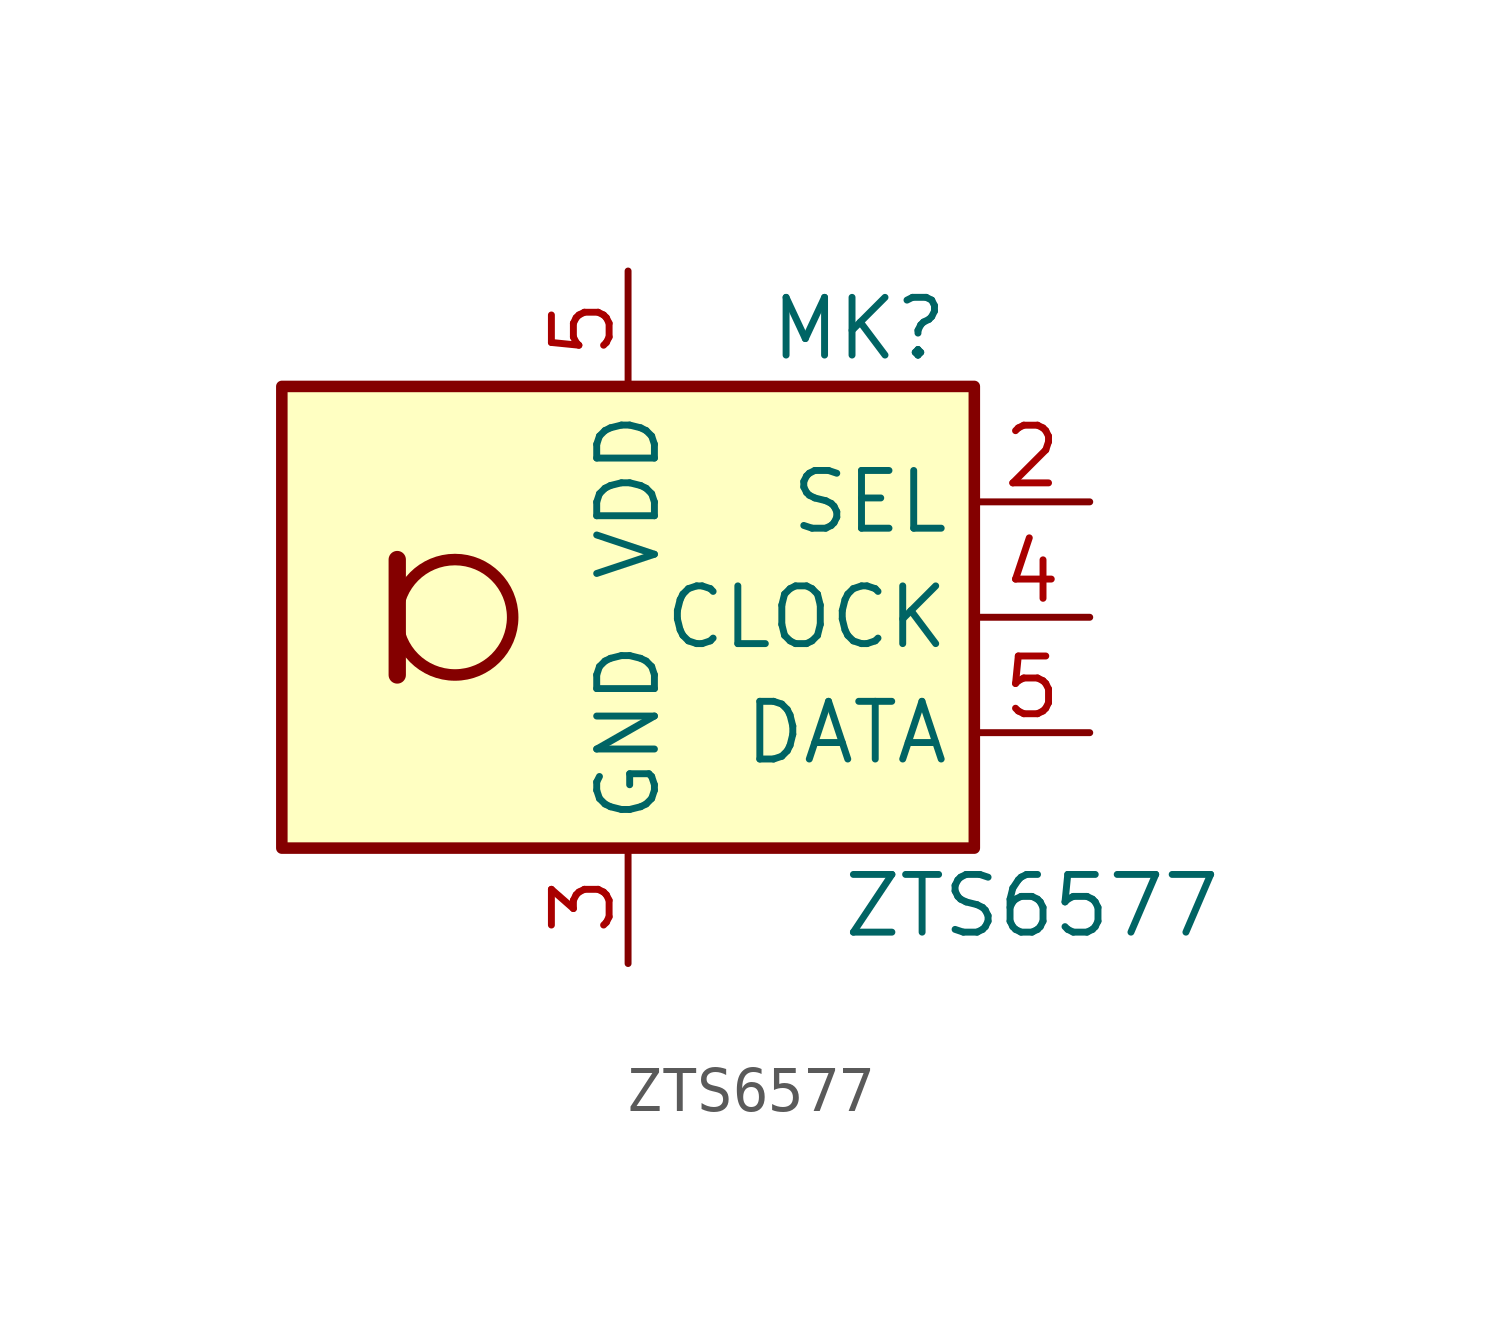
<source format=kicad_sym>
(kicad_symbol_lib
  (version 20231120)
  (generator "kicad_symbol_editor")
  (generator_version "8.0")
  (symbol "ZTS6577"
    (property "Reference" "MK"
      (at 5.08 6.35 0)
      (effects (font (size 1.27 1.27))))
    (property "Value" "ZTS6577"
      (at 8.89 -6.35 0)
      (effects (font (size 1.27 1.27))))
    (symbol "ZTS6577_1_1"
      (rectangle (start -7.62 5.08) (end 7.62 -5.08) (stroke (width 0.254) (type default)) (fill (type background)))
      (circle (center -3.81 0) (radius 1.27) (stroke (width 0.254) (type default)) (fill (type none)))
      (polyline (pts (xy -5.08 1.27) (xy -5.08 -1.27)) (stroke (width 0.381) (type default)) (fill (type none)))
      (pin input line (at 10.16 2.54 180) (length 2.54) (name "SEL" (effects (font (size 1.27 1.27)))) (number "2" (effects (font (size 1.27 1.27)))))
      (pin power_in line (at 0 -7.62 90) (length 2.54) (name "GND" (effects (font (size 1.27 1.27)))) (number "3" (effects (font (size 1.27 1.27)))))
      (pin input line (at 10.16 0 180) (length 2.54) (name "CLOCK" (effects (font (size 1.27 1.27)))) (number "4" (effects (font (size 1.27 1.27)))))
      (pin output line (at 10.16 -2.54 180) (length 2.54) (name "DATA" (effects (font (size 1.27 1.27)))) (number "5" (effects (font (size 1.27 1.27)))))
      (pin power_in line (at 0 7.62 270) (length 2.54) (name "VDD" (effects (font (size 1.27 1.27)))) (number "5" (effects (font (size 1.27 1.27))))))))
</source>
